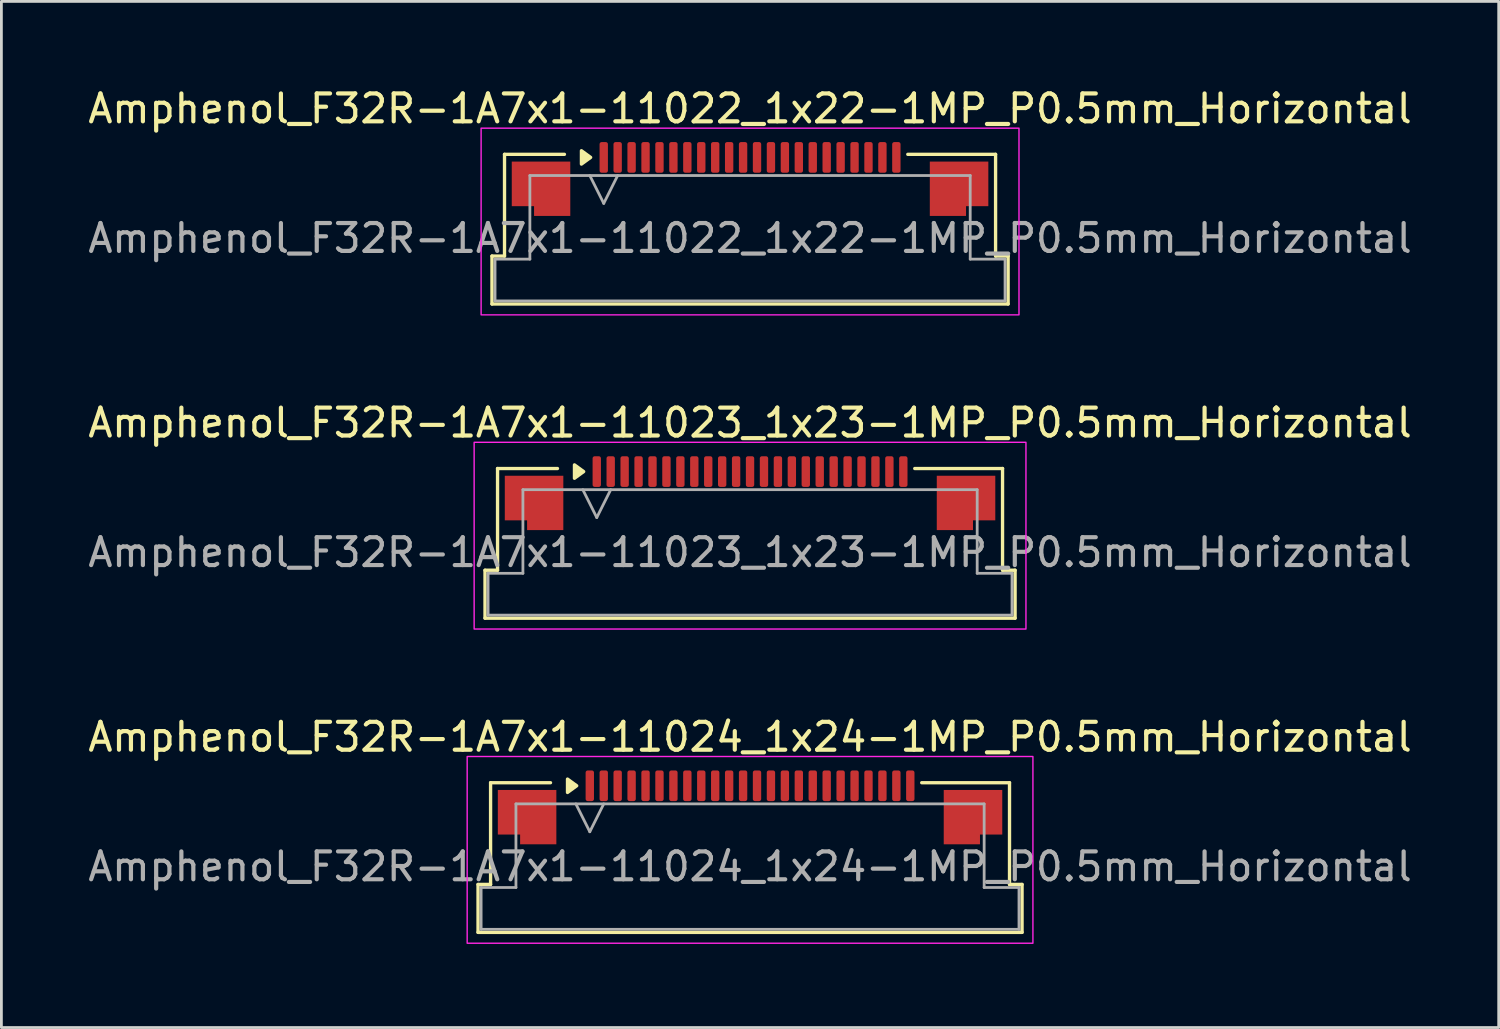
<source format=kicad_pcb>
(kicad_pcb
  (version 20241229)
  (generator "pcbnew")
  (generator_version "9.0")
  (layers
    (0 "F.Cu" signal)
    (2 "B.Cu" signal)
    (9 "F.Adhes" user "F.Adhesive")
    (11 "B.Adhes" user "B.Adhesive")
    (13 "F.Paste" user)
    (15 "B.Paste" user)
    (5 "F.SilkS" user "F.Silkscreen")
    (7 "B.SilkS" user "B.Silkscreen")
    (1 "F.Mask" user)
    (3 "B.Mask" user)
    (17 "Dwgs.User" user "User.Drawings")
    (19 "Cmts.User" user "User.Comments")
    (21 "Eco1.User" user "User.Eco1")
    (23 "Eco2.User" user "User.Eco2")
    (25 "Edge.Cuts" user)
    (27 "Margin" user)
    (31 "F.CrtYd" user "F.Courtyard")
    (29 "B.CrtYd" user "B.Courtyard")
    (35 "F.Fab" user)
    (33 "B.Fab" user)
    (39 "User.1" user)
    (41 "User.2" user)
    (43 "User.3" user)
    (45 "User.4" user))
  (footprint "Amphenol_F32R-1A7x1-11024_1x24-1MP_P0.5mm_Horizontal"
    (layer "F.Cu")
    (at 23.863 28.045)
    (property "Reference" "Amphenol_F32R-1A7x1-11024_1x24-1MP_P0.5mm_Horizontal" (at 0 -4.65 0) (layer "F.SilkS") (effects (font (size 1 1) (thickness 0.15))))
    (attr smd)
    (fp_line (start -9.76 0.64) (end -9.31 0.64) (stroke (width 0.12) (type solid)) (layer "F.SilkS"))
    (fp_line (start -9.76 2.36) (end -9.76 0.64) (stroke (width 0.12) (type solid)) (layer "F.SilkS"))
    (fp_line (start -9.31 -3.01) (end -7.16 -3.01) (stroke (width 0.12) (type solid)) (layer "F.SilkS"))
    (fp_line (start -9.31 0.64) (end -9.31 -3.01) (stroke (width 0.12) (type solid)) (layer "F.SilkS"))
    (fp_line (start 6.16 -3.01) (end 9.31 -3.01) (stroke (width 0.12) (type solid)) (layer "F.SilkS"))
    (fp_line (start 9.31 -3.01) (end 9.31 0.64) (stroke (width 0.12) (type solid)) (layer "F.SilkS"))
    (fp_line (start 9.31 0.64) (end 9.76 0.64) (stroke (width 0.12) (type solid)) (layer "F.SilkS"))
    (fp_line (start 9.76 0.64) (end 9.76 2.36) (stroke (width 0.12) (type solid)) (layer "F.SilkS"))
    (fp_line (start 9.76 2.36) (end -9.76 2.36) (stroke (width 0.12) (type solid)) (layer "F.SilkS"))
    (fp_poly (pts (xy -6.22 -2.9) (xy -6.55 -2.66) (xy -6.55 -3.14)) (stroke (width 0.12) (type solid)) (fill yes) (layer "F.SilkS"))
    (fp_rect (start -10.15 -3.95) (end 10.15 2.75) (stroke (width 0.05) (type solid)) (fill no) (layer "F.CrtYd"))
    (fp_line (start -9.65 0.75) (end -8.4 0.75) (stroke (width 0.1) (type solid)) (layer "F.Fab"))
    (fp_line (start -9.65 2.25) (end -9.65 0.75) (stroke (width 0.1) (type solid)) (layer "F.Fab"))
    (fp_line (start -8.4 -2.25) (end 8.4 -2.25) (stroke (width 0.1) (type solid)) (layer "F.Fab"))
    (fp_line (start -8.4 0.75) (end -8.4 -2.25) (stroke (width 0.1) (type solid)) (layer "F.Fab"))
    (fp_line (start -6.25 -2.25) (end -5.75 -1.25) (stroke (width 0.1) (type solid)) (layer "F.Fab"))
    (fp_line (start -5.75 -1.25) (end -5.25 -2.25) (stroke (width 0.1) (type solid)) (layer "F.Fab"))
    (fp_line (start 8.4 -2.25) (end 8.4 0.75) (stroke (width 0.1) (type solid)) (layer "F.Fab"))
    (fp_line (start 8.4 0.75) (end 9.65 0.75) (stroke (width 0.1) (type solid)) (layer "F.Fab"))
    (fp_line (start 9.65 0.75) (end 9.65 2.25) (stroke (width 0.1) (type solid)) (layer "F.Fab"))
    (fp_line (start 9.65 2.25) (end -9.65 2.25) (stroke (width 0.1) (type solid)) (layer "F.Fab"))
    (fp_text user "${REFERENCE}" (at 0 0 0) (layer "F.Fab") (effects (font (size 1 1) (thickness 0.15))))
    (pad "1" smd roundrect (at -5.75 -2.9) (size 0.3 1.1) (layers "F.Cu" "F.Mask" "F.Paste") (roundrect_rratio 0.25))
    (pad "2" smd roundrect (at -5.25 -2.9) (size 0.3 1.1) (layers "F.Cu" "F.Mask" "F.Paste") (roundrect_rratio 0.25))
    (pad "3" smd roundrect (at -4.75 -2.9) (size 0.3 1.1) (layers "F.Cu" "F.Mask" "F.Paste") (roundrect_rratio 0.25))
    (pad "4" smd roundrect (at -4.25 -2.9) (size 0.3 1.1) (layers "F.Cu" "F.Mask" "F.Paste") (roundrect_rratio 0.25))
    (pad "5" smd roundrect (at -3.75 -2.9) (size 0.3 1.1) (layers "F.Cu" "F.Mask" "F.Paste") (roundrect_rratio 0.25))
    (pad "6" smd roundrect (at -3.25 -2.9) (size 0.3 1.1) (layers "F.Cu" "F.Mask" "F.Paste") (roundrect_rratio 0.25))
    (pad "7" smd roundrect (at -2.75 -2.9) (size 0.3 1.1) (layers "F.Cu" "F.Mask" "F.Paste") (roundrect_rratio 0.25))
    (pad "8" smd roundrect (at -2.25 -2.9) (size 0.3 1.1) (layers "F.Cu" "F.Mask" "F.Paste") (roundrect_rratio 0.25))
    (pad "9" smd roundrect (at -1.75 -2.9) (size 0.3 1.1) (layers "F.Cu" "F.Mask" "F.Paste") (roundrect_rratio 0.25))
    (pad "10" smd roundrect (at -1.25 -2.9) (size 0.3 1.1) (layers "F.Cu" "F.Mask" "F.Paste") (roundrect_rratio 0.25))
    (pad "11" smd roundrect (at -0.75 -2.9) (size 0.3 1.1) (layers "F.Cu" "F.Mask" "F.Paste") (roundrect_rratio 0.25))
    (pad "12" smd roundrect (at -0.25 -2.9) (size 0.3 1.1) (layers "F.Cu" "F.Mask" "F.Paste") (roundrect_rratio 0.25))
    (pad "13" smd roundrect (at 0.25 -2.9) (size 0.3 1.1) (layers "F.Cu" "F.Mask" "F.Paste") (roundrect_rratio 0.25))
    (pad "14" smd roundrect (at 0.75 -2.9) (size 0.3 1.1) (layers "F.Cu" "F.Mask" "F.Paste") (roundrect_rratio 0.25))
    (pad "15" smd roundrect (at 1.25 -2.9) (size 0.3 1.1) (layers "F.Cu" "F.Mask" "F.Paste") (roundrect_rratio 0.25))
    (pad "16" smd roundrect (at 1.75 -2.9) (size 0.3 1.1) (layers "F.Cu" "F.Mask" "F.Paste") (roundrect_rratio 0.25))
    (pad "17" smd roundrect (at 2.25 -2.9) (size 0.3 1.1) (layers "F.Cu" "F.Mask" "F.Paste") (roundrect_rratio 0.25))
    (pad "18" smd roundrect (at 2.75 -2.9) (size 0.3 1.1) (layers "F.Cu" "F.Mask" "F.Paste") (roundrect_rratio 0.25))
    (pad "19" smd roundrect (at 3.25 -2.9) (size 0.3 1.1) (layers "F.Cu" "F.Mask" "F.Paste") (roundrect_rratio 0.25))
    (pad "20" smd roundrect (at 3.75 -2.9) (size 0.3 1.1) (layers "F.Cu" "F.Mask" "F.Paste") (roundrect_rratio 0.25))
    (pad "21" smd roundrect (at 4.25 -2.9) (size 0.3 1.1) (layers "F.Cu" "F.Mask" "F.Paste") (roundrect_rratio 0.25))
    (pad "22" smd roundrect (at 4.75 -2.9) (size 0.3 1.1) (layers "F.Cu" "F.Mask" "F.Paste") (roundrect_rratio 0.25))
    (pad "23" smd roundrect (at 5.25 -2.9) (size 0.3 1.1) (layers "F.Cu" "F.Mask" "F.Paste") (roundrect_rratio 0.25))
    (pad "24" smd roundrect (at 5.75 -2.9) (size 0.3 1.1) (layers "F.Cu" "F.Mask" "F.Paste") (roundrect_rratio 0.25))
    (pad "MP" smd custom (at -8 -1.775) (size 1 1) (layers "F.Cu" "F.Mask" "F.Paste") (options (anchor circle)) (primitives (gr_poly (pts (xy 1.05 -0.975) (xy 1.05 0.975) (xy -0.25 0.975) (xy -0.25 0.625) (xy -1.05 0.625) (xy -1.05 -0.975)) (width 0) (fill yes))))
    (pad "MP" smd custom (at 8 -1.775) (size 1 1) (layers "F.Cu" "F.Mask" "F.Paste") (options (anchor circle)) (primitives (gr_poly (pts (xy -1.05 -0.975) (xy -1.05 0.975) (xy 0.25 0.975) (xy 0.25 0.625) (xy 1.05 0.625) (xy 1.05 -0.975)) (width 0) (fill yes)))))
  (footprint "Amphenol_F32R-1A7x1-11023_1x23-1MP_P0.5mm_Horizontal"
    (layer "F.Cu")
    (at 23.863 16.771)
    (property "Reference" "Amphenol_F32R-1A7x1-11023_1x23-1MP_P0.5mm_Horizontal" (at 0 -4.65 0) (layer "F.SilkS") (effects (font (size 1 1) (thickness 0.15))))
    (attr smd)
    (fp_line (start -9.51 0.64) (end -9.06 0.64) (stroke (width 0.12) (type solid)) (layer "F.SilkS"))
    (fp_line (start -9.51 2.36) (end -9.51 0.64) (stroke (width 0.12) (type solid)) (layer "F.SilkS"))
    (fp_line (start -9.06 -3.01) (end -6.91 -3.01) (stroke (width 0.12) (type solid)) (layer "F.SilkS"))
    (fp_line (start -9.06 0.64) (end -9.06 -3.01) (stroke (width 0.12) (type solid)) (layer "F.SilkS"))
    (fp_line (start 5.91 -3.01) (end 9.06 -3.01) (stroke (width 0.12) (type solid)) (layer "F.SilkS"))
    (fp_line (start 9.06 -3.01) (end 9.06 0.64) (stroke (width 0.12) (type solid)) (layer "F.SilkS"))
    (fp_line (start 9.06 0.64) (end 9.51 0.64) (stroke (width 0.12) (type solid)) (layer "F.SilkS"))
    (fp_line (start 9.51 0.64) (end 9.51 2.36) (stroke (width 0.12) (type solid)) (layer "F.SilkS"))
    (fp_line (start 9.51 2.36) (end -9.51 2.36) (stroke (width 0.12) (type solid)) (layer "F.SilkS"))
    (fp_poly (pts (xy -5.97 -2.9) (xy -6.3 -2.66) (xy -6.3 -3.14)) (stroke (width 0.12) (type solid)) (fill yes) (layer "F.SilkS"))
    (fp_rect (start -9.9 -3.95) (end 9.9 2.75) (stroke (width 0.05) (type solid)) (fill no) (layer "F.CrtYd"))
    (fp_line (start -9.4 0.75) (end -8.15 0.75) (stroke (width 0.1) (type solid)) (layer "F.Fab"))
    (fp_line (start -9.4 2.25) (end -9.4 0.75) (stroke (width 0.1) (type solid)) (layer "F.Fab"))
    (fp_line (start -8.15 -2.25) (end 8.15 -2.25) (stroke (width 0.1) (type solid)) (layer "F.Fab"))
    (fp_line (start -8.15 0.75) (end -8.15 -2.25) (stroke (width 0.1) (type solid)) (layer "F.Fab"))
    (fp_line (start -6 -2.25) (end -5.5 -1.25) (stroke (width 0.1) (type solid)) (layer "F.Fab"))
    (fp_line (start -5.5 -1.25) (end -5 -2.25) (stroke (width 0.1) (type solid)) (layer "F.Fab"))
    (fp_line (start 8.15 -2.25) (end 8.15 0.75) (stroke (width 0.1) (type solid)) (layer "F.Fab"))
    (fp_line (start 8.15 0.75) (end 9.4 0.75) (stroke (width 0.1) (type solid)) (layer "F.Fab"))
    (fp_line (start 9.4 0.75) (end 9.4 2.25) (stroke (width 0.1) (type solid)) (layer "F.Fab"))
    (fp_line (start 9.4 2.25) (end -9.4 2.25) (stroke (width 0.1) (type solid)) (layer "F.Fab"))
    (fp_text user "${REFERENCE}" (at 0 0 0) (layer "F.Fab") (effects (font (size 1 1) (thickness 0.15))))
    (pad "1" smd roundrect (at -5.5 -2.9) (size 0.3 1.1) (layers "F.Cu" "F.Mask" "F.Paste") (roundrect_rratio 0.25))
    (pad "2" smd roundrect (at -5 -2.9) (size 0.3 1.1) (layers "F.Cu" "F.Mask" "F.Paste") (roundrect_rratio 0.25))
    (pad "3" smd roundrect (at -4.5 -2.9) (size 0.3 1.1) (layers "F.Cu" "F.Mask" "F.Paste") (roundrect_rratio 0.25))
    (pad "4" smd roundrect (at -4 -2.9) (size 0.3 1.1) (layers "F.Cu" "F.Mask" "F.Paste") (roundrect_rratio 0.25))
    (pad "5" smd roundrect (at -3.5 -2.9) (size 0.3 1.1) (layers "F.Cu" "F.Mask" "F.Paste") (roundrect_rratio 0.25))
    (pad "6" smd roundrect (at -3 -2.9) (size 0.3 1.1) (layers "F.Cu" "F.Mask" "F.Paste") (roundrect_rratio 0.25))
    (pad "7" smd roundrect (at -2.5 -2.9) (size 0.3 1.1) (layers "F.Cu" "F.Mask" "F.Paste") (roundrect_rratio 0.25))
    (pad "8" smd roundrect (at -2 -2.9) (size 0.3 1.1) (layers "F.Cu" "F.Mask" "F.Paste") (roundrect_rratio 0.25))
    (pad "9" smd roundrect (at -1.5 -2.9) (size 0.3 1.1) (layers "F.Cu" "F.Mask" "F.Paste") (roundrect_rratio 0.25))
    (pad "10" smd roundrect (at -1 -2.9) (size 0.3 1.1) (layers "F.Cu" "F.Mask" "F.Paste") (roundrect_rratio 0.25))
    (pad "11" smd roundrect (at -0.5 -2.9) (size 0.3 1.1) (layers "F.Cu" "F.Mask" "F.Paste") (roundrect_rratio 0.25))
    (pad "12" smd roundrect (at 0 -2.9) (size 0.3 1.1) (layers "F.Cu" "F.Mask" "F.Paste") (roundrect_rratio 0.25))
    (pad "13" smd roundrect (at 0.5 -2.9) (size 0.3 1.1) (layers "F.Cu" "F.Mask" "F.Paste") (roundrect_rratio 0.25))
    (pad "14" smd roundrect (at 1 -2.9) (size 0.3 1.1) (layers "F.Cu" "F.Mask" "F.Paste") (roundrect_rratio 0.25))
    (pad "15" smd roundrect (at 1.5 -2.9) (size 0.3 1.1) (layers "F.Cu" "F.Mask" "F.Paste") (roundrect_rratio 0.25))
    (pad "16" smd roundrect (at 2 -2.9) (size 0.3 1.1) (layers "F.Cu" "F.Mask" "F.Paste") (roundrect_rratio 0.25))
    (pad "17" smd roundrect (at 2.5 -2.9) (size 0.3 1.1) (layers "F.Cu" "F.Mask" "F.Paste") (roundrect_rratio 0.25))
    (pad "18" smd roundrect (at 3 -2.9) (size 0.3 1.1) (layers "F.Cu" "F.Mask" "F.Paste") (roundrect_rratio 0.25))
    (pad "19" smd roundrect (at 3.5 -2.9) (size 0.3 1.1) (layers "F.Cu" "F.Mask" "F.Paste") (roundrect_rratio 0.25))
    (pad "20" smd roundrect (at 4 -2.9) (size 0.3 1.1) (layers "F.Cu" "F.Mask" "F.Paste") (roundrect_rratio 0.25))
    (pad "21" smd roundrect (at 4.5 -2.9) (size 0.3 1.1) (layers "F.Cu" "F.Mask" "F.Paste") (roundrect_rratio 0.25))
    (pad "22" smd roundrect (at 5 -2.9) (size 0.3 1.1) (layers "F.Cu" "F.Mask" "F.Paste") (roundrect_rratio 0.25))
    (pad "23" smd roundrect (at 5.5 -2.9) (size 0.3 1.1) (layers "F.Cu" "F.Mask" "F.Paste") (roundrect_rratio 0.25))
    (pad "MP" smd custom (at -7.75 -1.775) (size 1 1) (layers "F.Cu" "F.Mask" "F.Paste") (options (anchor circle)) (primitives (gr_poly (pts (xy 1.05 -0.975) (xy 1.05 0.975) (xy -0.25 0.975) (xy -0.25 0.625) (xy -1.05 0.625) (xy -1.05 -0.975)) (width 0) (fill yes))))
    (pad "MP" smd custom (at 7.75 -1.775) (size 1 1) (layers "F.Cu" "F.Mask" "F.Paste") (options (anchor circle)) (primitives (gr_poly (pts (xy -1.05 -0.975) (xy -1.05 0.975) (xy 0.25 0.975) (xy 0.25 0.625) (xy 1.05 0.625) (xy 1.05 -0.975)) (width 0) (fill yes)))))
  (footprint "Amphenol_F32R-1A7x1-11022_1x22-1MP_P0.5mm_Horizontal"
    (layer "F.Cu")
    (at 23.863 5.498)
    (property "Reference" "Amphenol_F32R-1A7x1-11022_1x22-1MP_P0.5mm_Horizontal" (at 0 -4.65 0) (layer "F.SilkS") (effects (font (size 1 1) (thickness 0.15))))
    (attr smd)
    (fp_line (start -9.26 0.64) (end -8.81 0.64) (stroke (width 0.12) (type solid)) (layer "F.SilkS"))
    (fp_line (start -9.26 2.36) (end -9.26 0.64) (stroke (width 0.12) (type solid)) (layer "F.SilkS"))
    (fp_line (start -8.81 -3.01) (end -6.66 -3.01) (stroke (width 0.12) (type solid)) (layer "F.SilkS"))
    (fp_line (start -8.81 0.64) (end -8.81 -3.01) (stroke (width 0.12) (type solid)) (layer "F.SilkS"))
    (fp_line (start 5.66 -3.01) (end 8.81 -3.01) (stroke (width 0.12) (type solid)) (layer "F.SilkS"))
    (fp_line (start 8.81 -3.01) (end 8.81 0.64) (stroke (width 0.12) (type solid)) (layer "F.SilkS"))
    (fp_line (start 8.81 0.64) (end 9.26 0.64) (stroke (width 0.12) (type solid)) (layer "F.SilkS"))
    (fp_line (start 9.26 0.64) (end 9.26 2.36) (stroke (width 0.12) (type solid)) (layer "F.SilkS"))
    (fp_line (start 9.26 2.36) (end -9.26 2.36) (stroke (width 0.12) (type solid)) (layer "F.SilkS"))
    (fp_poly (pts (xy -5.72 -2.9) (xy -6.05 -2.66) (xy -6.05 -3.14)) (stroke (width 0.12) (type solid)) (fill yes) (layer "F.SilkS"))
    (fp_rect (start -9.65 -3.95) (end 9.65 2.75) (stroke (width 0.05) (type solid)) (fill no) (layer "F.CrtYd"))
    (fp_line (start -9.15 0.75) (end -7.9 0.75) (stroke (width 0.1) (type solid)) (layer "F.Fab"))
    (fp_line (start -9.15 2.25) (end -9.15 0.75) (stroke (width 0.1) (type solid)) (layer "F.Fab"))
    (fp_line (start -7.9 -2.25) (end 7.9 -2.25) (stroke (width 0.1) (type solid)) (layer "F.Fab"))
    (fp_line (start -7.9 0.75) (end -7.9 -2.25) (stroke (width 0.1) (type solid)) (layer "F.Fab"))
    (fp_line (start -5.75 -2.25) (end -5.25 -1.25) (stroke (width 0.1) (type solid)) (layer "F.Fab"))
    (fp_line (start -5.25 -1.25) (end -4.75 -2.25) (stroke (width 0.1) (type solid)) (layer "F.Fab"))
    (fp_line (start 7.9 -2.25) (end 7.9 0.75) (stroke (width 0.1) (type solid)) (layer "F.Fab"))
    (fp_line (start 7.9 0.75) (end 9.15 0.75) (stroke (width 0.1) (type solid)) (layer "F.Fab"))
    (fp_line (start 9.15 0.75) (end 9.15 2.25) (stroke (width 0.1) (type solid)) (layer "F.Fab"))
    (fp_line (start 9.15 2.25) (end -9.15 2.25) (stroke (width 0.1) (type solid)) (layer "F.Fab"))
    (fp_text user "${REFERENCE}" (at 0 0 0) (layer "F.Fab") (effects (font (size 1 1) (thickness 0.15))))
    (pad "1" smd roundrect (at -5.25 -2.9) (size 0.3 1.1) (layers "F.Cu" "F.Mask" "F.Paste") (roundrect_rratio 0.25))
    (pad "2" smd roundrect (at -4.75 -2.9) (size 0.3 1.1) (layers "F.Cu" "F.Mask" "F.Paste") (roundrect_rratio 0.25))
    (pad "3" smd roundrect (at -4.25 -2.9) (size 0.3 1.1) (layers "F.Cu" "F.Mask" "F.Paste") (roundrect_rratio 0.25))
    (pad "4" smd roundrect (at -3.75 -2.9) (size 0.3 1.1) (layers "F.Cu" "F.Mask" "F.Paste") (roundrect_rratio 0.25))
    (pad "5" smd roundrect (at -3.25 -2.9) (size 0.3 1.1) (layers "F.Cu" "F.Mask" "F.Paste") (roundrect_rratio 0.25))
    (pad "6" smd roundrect (at -2.75 -2.9) (size 0.3 1.1) (layers "F.Cu" "F.Mask" "F.Paste") (roundrect_rratio 0.25))
    (pad "7" smd roundrect (at -2.25 -2.9) (size 0.3 1.1) (layers "F.Cu" "F.Mask" "F.Paste") (roundrect_rratio 0.25))
    (pad "8" smd roundrect (at -1.75 -2.9) (size 0.3 1.1) (layers "F.Cu" "F.Mask" "F.Paste") (roundrect_rratio 0.25))
    (pad "9" smd roundrect (at -1.25 -2.9) (size 0.3 1.1) (layers "F.Cu" "F.Mask" "F.Paste") (roundrect_rratio 0.25))
    (pad "10" smd roundrect (at -0.75 -2.9) (size 0.3 1.1) (layers "F.Cu" "F.Mask" "F.Paste") (roundrect_rratio 0.25))
    (pad "11" smd roundrect (at -0.25 -2.9) (size 0.3 1.1) (layers "F.Cu" "F.Mask" "F.Paste") (roundrect_rratio 0.25))
    (pad "12" smd roundrect (at 0.25 -2.9) (size 0.3 1.1) (layers "F.Cu" "F.Mask" "F.Paste") (roundrect_rratio 0.25))
    (pad "13" smd roundrect (at 0.75 -2.9) (size 0.3 1.1) (layers "F.Cu" "F.Mask" "F.Paste") (roundrect_rratio 0.25))
    (pad "14" smd roundrect (at 1.25 -2.9) (size 0.3 1.1) (layers "F.Cu" "F.Mask" "F.Paste") (roundrect_rratio 0.25))
    (pad "15" smd roundrect (at 1.75 -2.9) (size 0.3 1.1) (layers "F.Cu" "F.Mask" "F.Paste") (roundrect_rratio 0.25))
    (pad "16" smd roundrect (at 2.25 -2.9) (size 0.3 1.1) (layers "F.Cu" "F.Mask" "F.Paste") (roundrect_rratio 0.25))
    (pad "17" smd roundrect (at 2.75 -2.9) (size 0.3 1.1) (layers "F.Cu" "F.Mask" "F.Paste") (roundrect_rratio 0.25))
    (pad "18" smd roundrect (at 3.25 -2.9) (size 0.3 1.1) (layers "F.Cu" "F.Mask" "F.Paste") (roundrect_rratio 0.25))
    (pad "19" smd roundrect (at 3.75 -2.9) (size 0.3 1.1) (layers "F.Cu" "F.Mask" "F.Paste") (roundrect_rratio 0.25))
    (pad "20" smd roundrect (at 4.25 -2.9) (size 0.3 1.1) (layers "F.Cu" "F.Mask" "F.Paste") (roundrect_rratio 0.25))
    (pad "21" smd roundrect (at 4.75 -2.9) (size 0.3 1.1) (layers "F.Cu" "F.Mask" "F.Paste") (roundrect_rratio 0.25))
    (pad "22" smd roundrect (at 5.25 -2.9) (size 0.3 1.1) (layers "F.Cu" "F.Mask" "F.Paste") (roundrect_rratio 0.25))
    (pad "MP" smd custom (at -7.5 -1.775) (size 1 1) (layers "F.Cu" "F.Mask" "F.Paste") (options (anchor circle)) (primitives (gr_poly (pts (xy 1.05 -0.975) (xy 1.05 0.975) (xy -0.25 0.975) (xy -0.25 0.625) (xy -1.05 0.625) (xy -1.05 -0.975)) (width 0) (fill yes))))
    (pad "MP" smd custom (at 7.5 -1.775) (size 1 1) (layers "F.Cu" "F.Mask" "F.Paste") (options (anchor circle)) (primitives (gr_poly (pts (xy -1.05 -0.975) (xy -1.05 0.975) (xy 0.25 0.975) (xy 0.25 0.625) (xy 1.05 0.625) (xy 1.05 -0.975)) (width 0) (fill yes)))))
  (gr_rect
    (start -3 -3)
    (end 50.726 33.82)
    (stroke (width 0.1) (type default))
    (fill no)
    (layer "Edge.Cuts")))
</source>
